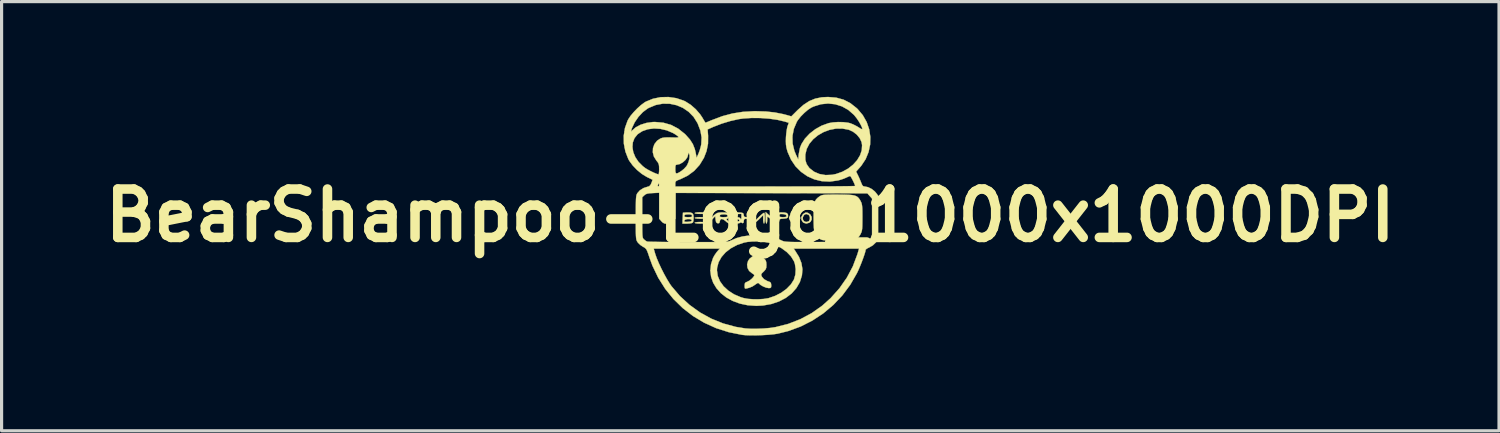
<source format=kicad_pcb>
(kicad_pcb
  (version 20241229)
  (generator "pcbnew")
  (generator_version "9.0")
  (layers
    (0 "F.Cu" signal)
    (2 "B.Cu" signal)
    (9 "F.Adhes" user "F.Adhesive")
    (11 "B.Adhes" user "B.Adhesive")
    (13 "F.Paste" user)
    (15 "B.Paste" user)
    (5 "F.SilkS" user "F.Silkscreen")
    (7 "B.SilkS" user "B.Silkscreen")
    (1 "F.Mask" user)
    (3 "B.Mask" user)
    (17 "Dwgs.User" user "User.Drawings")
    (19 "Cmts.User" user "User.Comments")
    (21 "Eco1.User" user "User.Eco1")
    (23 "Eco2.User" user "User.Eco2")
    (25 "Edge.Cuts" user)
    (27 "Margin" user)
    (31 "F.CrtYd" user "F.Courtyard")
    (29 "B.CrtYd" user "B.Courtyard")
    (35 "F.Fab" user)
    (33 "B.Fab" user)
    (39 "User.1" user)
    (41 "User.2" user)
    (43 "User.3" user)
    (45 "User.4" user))
  (footprint "BearShampoo-Logo_1000x1000DPI"
    (layer "F.Cu")
    (at 20.581 3.738)
    (property "Reference" "BearShampoo-Logo_1000x1000DPI" (at 0 0 0) (layer "F.SilkS") (effects (font (size 1.524 1.524) (thickness 0.3))))
    (attr through_hole)
    (fp_poly (pts (xy -1.502 -0.098) (xy -1.437 -0.088) (xy -1.41 -0.076) (xy -1.424 -0.062) (xy -1.484 -0.053) (xy -1.573 -0.051) (xy -1.665 -0.054) (xy -1.729 -0.063) (xy -1.753 -0.076) (xy -1.753 -0.076) (xy -1.729 -0.09) (xy -1.668 -0.099) (xy -1.589 -0.102) (xy -1.502 -0.098)) (stroke (width 0.01) (type solid)) (fill yes) (layer "F.SilkS"))
    (fp_poly (pts (xy -1.502 0.054) (xy -1.437 0.064) (xy -1.41 0.076) (xy -1.424 0.09) (xy -1.484 0.099) (xy -1.573 0.102) (xy -1.665 0.098) (xy -1.729 0.089) (xy -1.753 0.076) (xy -1.753 0.076) (xy -1.729 0.063) (xy -1.668 0.054) (xy -1.589 0.051) (xy -1.502 0.054)) (stroke (width 0.01) (type solid)) (fill yes) (layer "F.SilkS"))
    (fp_poly (pts (xy -1.484 0.207) (xy -1.421 0.216) (xy -1.397 0.229) (xy -1.397 0.229) (xy -1.42 0.242) (xy -1.483 0.251) (xy -1.575 0.254) (xy -1.575 0.254) (xy -1.666 0.251) (xy -1.729 0.242) (xy -1.753 0.229) (xy -1.753 0.229) (xy -1.729 0.216) (xy -1.666 0.207) (xy -1.575 0.203) (xy -1.575 0.203) (xy -1.484 0.207)) (stroke (width 0.01) (type solid)) (fill yes) (layer "F.SilkS"))
    (fp_poly (pts (xy 0.44 -0.085) (xy 0.451 -0.051) (xy 0.456 0.013) (xy 0.457 0.092) (xy 0.453 0.169) (xy 0.445 0.228) (xy 0.433 0.254) (xy 0.432 0.254) (xy 0.418 0.231) (xy 0.408 0.172) (xy 0.406 0.122) (xy 0.406 -0.011) (xy 0.27 0.124) (xy 0.203 0.185) (xy 0.15 0.225) (xy 0.121 0.237) (xy 0.119 0.235) (xy 0.128 0.209) (xy 0.166 0.159) (xy 0.222 0.097) (xy 0.287 0.031) (xy 0.351 -0.028) (xy 0.404 -0.07) (xy 0.436 -0.087) (xy 0.44 -0.085)) (stroke (width 0.01) (type solid)) (fill yes) (layer "F.SilkS"))
    (fp_poly (pts (xy 1.46 -0.08) (xy 1.521 -0.028) (xy 1.564 0.038) (xy 1.575 0.083) (xy 1.552 0.152) (xy 1.497 0.213) (xy 1.424 0.25) (xy 1.391 0.254) (xy 1.319 0.23) (xy 1.272 0.187) (xy 1.235 0.126) (xy 1.222 0.082) (xy 1.278 0.082) (xy 1.302 0.145) (xy 1.31 0.154) (xy 1.375 0.198) (xy 1.443 0.192) (xy 1.484 0.163) (xy 1.521 0.098) (xy 1.509 0.033) (xy 1.462 -0.014) (xy 1.395 -0.036) (xy 1.335 -0.019) (xy 1.292 0.024) (xy 1.278 0.082) (xy 1.222 0.082) (xy 1.219 0.073) (xy 1.219 0.072) (xy 1.24 0.014) (xy 1.29 -0.046) (xy 1.353 -0.09) (xy 1.397 -0.102) (xy 1.46 -0.08)) (stroke (width 0.01) (type solid)) (fill yes) (layer "F.SilkS"))
    (fp_poly (pts (xy 1.826 -0.078) (xy 1.894 -0.027) (xy 1.931 0.045) (xy 1.933 0.123) (xy 1.9 0.192) (xy 1.857 0.227) (xy 1.766 0.253) (xy 1.683 0.229) (xy 1.65 0.202) (xy 1.608 0.129) (xy 1.609 0.054) (xy 1.654 0.054) (xy 1.655 0.121) (xy 1.69 0.176) (xy 1.752 0.203) (xy 1.765 0.203) (xy 1.824 0.189) (xy 1.849 0.173) (xy 1.877 0.116) (xy 1.876 0.048) (xy 1.849 -0.009) (xy 1.83 -0.025) (xy 1.767 -0.048) (xy 1.72 -0.036) (xy 1.691 -0.011) (xy 1.654 0.054) (xy 1.609 0.054) (xy 1.609 0.046) (xy 1.651 -0.031) (xy 1.681 -0.058) (xy 1.736 -0.091) (xy 1.785 -0.092) (xy 1.826 -0.078)) (stroke (width 0.01) (type solid)) (fill yes) (layer "F.SilkS"))
    (fp_poly (pts (xy -1.894 -0.096) (xy -1.828 -0.074) (xy -1.794 -0.025) (xy -1.784 0.059) (xy -1.784 0.07) (xy -1.789 0.148) (xy -1.802 0.207) (xy -1.81 0.222) (xy -1.851 0.241) (xy -1.929 0.252) (xy -1.985 0.254) (xy -2.136 0.254) (xy -2.132 0.16) (xy -2.078 0.16) (xy -2.077 0.187) (xy -2.052 0.199) (xy -1.992 0.2) (xy -1.964 0.198) (xy -1.884 0.188) (xy -1.846 0.168) (xy -1.841 0.152) (xy -1.863 0.125) (xy -1.915 0.112) (xy -1.979 0.112) (xy -2.039 0.126) (xy -2.075 0.151) (xy -2.078 0.16) (xy -2.132 0.16) (xy -2.125 0.006) (xy -2.078 0.006) (xy -2.076 0.033) (xy -2.048 0.046) (xy -1.984 0.051) (xy -1.956 0.051) (xy -1.879 0.048) (xy -1.841 0.038) (xy -1.832 0.016) (xy -1.834 0.006) (xy -1.852 -0.023) (xy -1.899 -0.036) (xy -1.956 -0.038) (xy -2.031 -0.033) (xy -2.068 -0.016) (xy -2.078 0.006) (xy -2.125 0.006) (xy -2.121 -0.089) (xy -2.001 -0.097) (xy -1.894 -0.096)) (stroke (width 0.01) (type solid)) (fill yes) (layer "F.SilkS"))
    (fp_poly (pts (xy -0.78 -0.095) (xy -0.702 -0.07) (xy -0.667 -0.024) (xy -0.67 0.034) (xy -0.697 0.086) (xy -0.729 0.102) (xy -0.751 0.108) (xy -0.74 0.133) (xy -0.711 0.165) (xy -0.671 0.217) (xy -0.668 0.243) (xy -0.694 0.239) (xy -0.745 0.205) (xy -0.772 0.18) (xy -0.848 0.122) (xy -0.907 0.108) (xy -0.947 0.136) (xy -0.96 0.184) (xy -0.975 0.234) (xy -1.01 0.246) (xy -1.024 0.245) (xy -1.062 0.229) (xy -1.083 0.185) (xy -1.092 0.13) (xy -1.105 0.023) (xy -1.218 0.138) (xy -1.296 0.213) (xy -1.345 0.249) (xy -1.369 0.248) (xy -1.372 0.234) (xy -1.354 0.209) (xy -1.309 0.158) (xy -1.243 0.091) (xy -1.213 0.061) (xy -1.155 0.006) (xy -0.96 0.006) (xy -0.958 0.033) (xy -0.93 0.046) (xy -0.867 0.051) (xy -0.838 0.051) (xy -0.761 0.048) (xy -0.724 0.038) (xy -0.715 0.016) (xy -0.716 0.006) (xy -0.734 -0.023) (xy -0.782 -0.036) (xy -0.838 -0.038) (xy -0.913 -0.033) (xy -0.95 -0.016) (xy -0.96 0.006) (xy -1.155 0.006) (xy -1.135 -0.013) (xy -1.078 -0.059) (xy -1.029 -0.083) (xy -0.974 -0.094) (xy -0.902 -0.098) (xy -0.78 -0.095)) (stroke (width 0.01) (type solid)) (fill yes) (layer "F.SilkS"))
    (fp_poly (pts (xy 0.298 1.264) (xy 0.406 1.326) (xy 0.432 1.35) (xy 0.48 1.407) (xy 0.502 1.466) (xy 0.508 1.55) (xy 0.508 1.555) (xy 0.504 1.638) (xy 0.483 1.695) (xy 0.437 1.75) (xy 0.418 1.768) (xy 0.365 1.82) (xy 0.344 1.856) (xy 0.349 1.891) (xy 0.368 1.931) (xy 0.431 2.004) (xy 0.537 2.064) (xy 0.616 2.093) (xy 0.649 2.123) (xy 0.66 2.193) (xy 0.66 2.196) (xy 0.656 2.256) (xy 0.635 2.281) (xy 0.584 2.286) (xy 0.583 2.286) (xy 0.499 2.271) (xy 0.404 2.233) (xy 0.319 2.183) (xy 0.281 2.148) (xy 0.255 2.125) (xy 0.225 2.129) (xy 0.174 2.163) (xy 0.163 2.171) (xy 0.07 2.233) (xy -0.03 2.274) (xy -0.108 2.295) (xy -0.153 2.303) (xy -0.173 2.288) (xy -0.178 2.238) (xy -0.178 2.212) (xy -0.173 2.145) (xy -0.151 2.11) (xy -0.097 2.086) (xy -0.09 2.083) (xy -0.026 2.05) (xy 0.041 1.997) (xy 0.096 1.939) (xy 0.125 1.889) (xy 0.127 1.878) (xy 0.107 1.852) (xy 0.057 1.819) (xy 0.051 1.816) (xy -0.036 1.745) (xy -0.087 1.65) (xy -0.1 1.541) (xy -0.071 1.433) (xy -0.024 1.362) (xy 0.075 1.282) (xy 0.185 1.249) (xy 0.298 1.264)) (stroke (width 0.01) (type solid)) (fill yes) (layer "F.SilkS"))
    (fp_poly (pts (xy 2.948 -0.659) (xy 3.099 -0.654) (xy 3.213 -0.644) (xy 3.297 -0.626) (xy 3.36 -0.598) (xy 3.407 -0.558) (xy 3.446 -0.505) (xy 3.473 -0.457) (xy 3.495 -0.412) (xy 3.51 -0.367) (xy 3.52 -0.311) (xy 3.527 -0.236) (xy 3.53 -0.133) (xy 3.531 0.009) (xy 3.531 0.063) (xy 3.53 0.22) (xy 3.528 0.334) (xy 3.523 0.417) (xy 3.514 0.478) (xy 3.5 0.525) (xy 3.48 0.569) (xy 3.473 0.584) (xy 3.435 0.648) (xy 3.395 0.698) (xy 3.344 0.734) (xy 3.276 0.759) (xy 3.184 0.775) (xy 3.06 0.783) (xy 2.898 0.787) (xy 2.754 0.787) (xy 2.584 0.787) (xy 2.458 0.786) (xy 2.366 0.782) (xy 2.301 0.776) (xy 2.255 0.767) (xy 2.22 0.753) (xy 2.188 0.734) (xy 2.183 0.73) (xy 2.119 0.683) (xy 2.071 0.633) (xy 2.037 0.572) (xy 2.015 0.494) (xy 2.002 0.388) (xy 1.996 0.248) (xy 1.994 0.066) (xy 1.994 0.064) (xy 1.995 -0.12) (xy 2.002 -0.26) (xy 2.015 -0.366) (xy 2.037 -0.445) (xy 2.071 -0.505) (xy 2.119 -0.555) (xy 2.182 -0.603) (xy 2.183 -0.603) (xy 2.215 -0.623) (xy 2.249 -0.638) (xy 2.293 -0.648) (xy 2.354 -0.655) (xy 2.441 -0.658) (xy 2.562 -0.66) (xy 2.724 -0.66) (xy 2.754 -0.66) (xy 2.948 -0.659)) (stroke (width 0.01) (type solid)) (fill yes) (layer "F.SilkS"))
    (fp_poly (pts (xy 0.554 -0.043) (xy 0.615 0.008) (xy 0.659 0.021) (xy 0.698 -0.001) (xy 0.914 -0.001) (xy 0.921 0.031) (xy 0.951 0.046) (xy 1.016 0.051) (xy 1.031 0.051) (xy 1.102 0.048) (xy 1.134 0.035) (xy 1.139 0.009) (xy 1.138 0.006) (xy 1.116 -0.026) (xy 1.056 -0.043) (xy 1.022 -0.046) (xy 0.954 -0.048) (xy 0.923 -0.036) (xy 0.914 -0.006) (xy 0.914 -0.001) (xy 0.698 -0.001) (xy 0.703 -0.005) (xy 0.731 -0.033) (xy 0.771 -0.065) (xy 0.825 -0.085) (xy 0.907 -0.095) (xy 0.96 -0.098) (xy 1.076 -0.096) (xy 1.149 -0.078) (xy 1.185 -0.04) (xy 1.191 0.021) (xy 1.189 0.03) (xy 1.178 0.065) (xy 1.148 0.085) (xy 1.087 0.094) (xy 1.049 0.097) (xy 0.972 0.103) (xy 0.931 0.117) (xy 0.914 0.145) (xy 0.91 0.172) (xy 0.893 0.224) (xy 0.85 0.24) (xy 0.838 0.24) (xy 0.798 0.234) (xy 0.776 0.207) (xy 0.764 0.145) (xy 0.762 0.129) (xy 0.752 0.062) (xy 0.741 0.039) (xy 0.722 0.051) (xy 0.714 0.059) (xy 0.668 0.097) (xy 0.619 0.089) (xy 0.58 0.06) (xy 0.552 0.038) (xy 0.538 0.044) (xy 0.534 0.088) (xy 0.533 0.136) (xy 0.529 0.205) (xy 0.516 0.248) (xy 0.508 0.254) (xy 0.495 0.23) (xy 0.486 0.167) (xy 0.483 0.075) (xy 0.483 0.071) (xy 0.483 -0.111) (xy 0.554 -0.043)) (stroke (width 0.01) (type solid)) (fill yes) (layer "F.SilkS"))
    (fp_poly (pts (xy -0.395 -0.097) (xy -0.302 -0.091) (xy -0.247 -0.082) (xy -0.221 -0.066) (xy -0.21 -0.037) (xy -0.208 -0.019) (xy -0.198 0.025) (xy -0.173 0.045) (xy -0.116 0.051) (xy -0.087 0.051) (xy -0.017 0.048) (xy 0.016 0.035) (xy 0.025 0.003) (xy 0.025 -0.011) (xy 0.035 -0.065) (xy 0.051 -0.089) (xy 0.065 -0.075) (xy 0.074 -0.014) (xy 0.076 0.075) (xy 0.073 0.166) (xy 0.064 0.23) (xy 0.051 0.254) (xy 0.051 0.254) (xy 0.033 0.232) (xy 0.025 0.179) (xy 0.025 0.178) (xy 0.022 0.131) (xy 0.003 0.109) (xy -0.046 0.102) (xy -0.089 0.102) (xy -0.16 0.104) (xy -0.193 0.118) (xy -0.203 0.148) (xy -0.203 0.161) (xy -0.213 0.224) (xy -0.241 0.242) (xy -0.268 0.227) (xy -0.304 0.215) (xy -0.317 0.227) (xy -0.348 0.241) (xy -0.41 0.25) (xy -0.485 0.253) (xy -0.559 0.251) (xy -0.615 0.243) (xy -0.635 0.23) (xy -0.612 0.216) (xy -0.552 0.204) (xy -0.489 0.198) (xy -0.401 0.19) (xy -0.355 0.175) (xy -0.343 0.152) (xy -0.359 0.127) (xy -0.414 0.11) (xy -0.483 0.102) (xy -0.564 0.092) (xy -0.608 0.076) (xy -0.627 0.05) (xy -0.631 0.03) (xy -0.63 0.006) (xy -0.579 0.006) (xy -0.577 0.033) (xy -0.549 0.046) (xy -0.485 0.051) (xy -0.458 0.051) (xy -0.37 0.057) (xy -0.323 0.076) (xy -0.314 0.089) (xy -0.295 0.124) (xy -0.284 0.109) (xy -0.279 0.045) (xy -0.279 0.037) (xy -0.279 -0.053) (xy -0.425 -0.046) (xy -0.512 -0.038) (xy -0.56 -0.023) (xy -0.579 0.002) (xy -0.579 0.006) (xy -0.63 0.006) (xy -0.629 -0.034) (xy -0.598 -0.075) (xy -0.531 -0.095) (xy -0.422 -0.098) (xy -0.395 -0.097)) (stroke (width 0.01) (type solid)) (fill yes) (layer "F.SilkS"))
    (fp_poly (pts (xy 2.706 -3.712) (xy 2.938 -3.649) (xy 3.15 -3.54) (xy 3.349 -3.383) (xy 3.381 -3.353) (xy 3.544 -3.159) (xy 3.666 -2.944) (xy 3.745 -2.714) (xy 3.781 -2.476) (xy 3.775 -2.236) (xy 3.725 -2) (xy 3.633 -1.775) (xy 3.496 -1.568) (xy 3.446 -1.51) (xy 3.333 -1.384) (xy 3.39 -1.27) (xy 3.436 -1.171) (xy 3.481 -1.064) (xy 3.492 -1.035) (xy 3.524 -0.961) (xy 3.555 -0.925) (xy 3.596 -0.914) (xy 3.604 -0.914) (xy 3.709 -0.893) (xy 3.819 -0.839) (xy 3.917 -0.762) (xy 3.953 -0.722) (xy 4.026 -0.626) (xy 4.026 0.753) (xy 3.952 0.851) (xy 3.861 0.938) (xy 3.755 1) (xy 3.686 1.034) (xy 3.641 1.067) (xy 3.632 1.083) (xy 3.623 1.136) (xy 3.596 1.225) (xy 3.557 1.338) (xy 3.51 1.465) (xy 3.458 1.594) (xy 3.406 1.716) (xy 3.359 1.816) (xy 3.149 2.18) (xy 2.9 2.515) (xy 2.615 2.816) (xy 2.299 3.082) (xy 1.954 3.309) (xy 1.585 3.496) (xy 1.195 3.639) (xy 0.859 3.722) (xy 0.729 3.741) (xy 0.565 3.756) (xy 0.381 3.767) (xy 0.192 3.773) (xy 0.012 3.774) (xy -0.144 3.769) (xy -0.252 3.759) (xy -0.674 3.675) (xy -1.076 3.547) (xy -1.454 3.375) (xy -1.806 3.164) (xy -2.129 2.914) (xy -2.421 2.628) (xy -2.679 2.309) (xy -2.9 1.958) (xy -3.082 1.579) (xy -3.172 1.333) (xy -3.213 1.21) (xy -3.244 1.126) (xy -3.271 1.07) (xy -3.294 1.041) (xy -3.043 1.041) (xy -2.993 1.213) (xy -2.948 1.342) (xy -2.881 1.501) (xy -2.8 1.674) (xy -2.71 1.85) (xy -2.619 2.014) (xy -2.534 2.152) (xy -2.485 2.223) (xy -2.216 2.537) (xy -1.915 2.814) (xy -1.585 3.052) (xy -1.23 3.248) (xy -0.853 3.4) (xy -0.459 3.507) (xy -0.157 3.556) (xy 0.013 3.567) (xy 0.214 3.567) (xy 0.425 3.558) (xy 0.629 3.54) (xy 0.798 3.514) (xy 1.197 3.413) (xy 1.576 3.266) (xy 1.933 3.075) (xy 2.265 2.84) (xy 2.528 2.605) (xy 2.808 2.292) (xy 3.042 1.957) (xy 3.231 1.6) (xy 3.374 1.219) (xy 3.387 1.175) (xy 3.426 1.041) (xy 1.365 1.041) (xy 1.407 1.099) (xy 1.533 1.302) (xy 1.611 1.498) (xy 1.642 1.69) (xy 1.627 1.883) (xy 1.626 1.887) (xy 1.561 2.097) (xy 1.451 2.286) (xy 1.303 2.453) (xy 1.119 2.594) (xy 0.905 2.706) (xy 0.664 2.787) (xy 0.401 2.834) (xy 0.191 2.845) (xy -0.078 2.826) (xy -0.328 2.774) (xy -0.554 2.69) (xy -0.755 2.58) (xy -0.926 2.445) (xy -1.065 2.29) (xy -1.169 2.117) (xy -1.234 1.932) (xy -1.258 1.736) (xy -1.257 1.727) (xy -1.05 1.727) (xy -1.025 1.904) (xy -0.954 2.072) (xy -0.842 2.228) (xy -0.692 2.366) (xy -0.51 2.483) (xy -0.299 2.573) (xy -0.203 2.601) (xy -0.072 2.625) (xy 0.09 2.637) (xy 0.263 2.638) (xy 0.427 2.627) (xy 0.563 2.605) (xy 0.573 2.603) (xy 0.783 2.531) (xy 0.977 2.431) (xy 1.145 2.308) (xy 1.28 2.168) (xy 1.374 2.019) (xy 1.376 2.014) (xy 1.42 1.86) (xy 1.43 1.689) (xy 1.405 1.523) (xy 1.376 1.44) (xy 1.284 1.29) (xy 1.15 1.15) (xy 0.982 1.027) (xy 0.789 0.926) (xy 0.579 0.853) (xy 0.573 0.851) (xy 0.428 0.827) (xy 0.255 0.815) (xy 0.075 0.817) (xy -0.092 0.832) (xy -0.192 0.851) (xy -0.415 0.927) (xy -0.612 1.032) (xy -0.778 1.16) (xy -0.908 1.308) (xy -0.999 1.472) (xy -1.045 1.646) (xy -1.05 1.727) (xy -1.257 1.727) (xy -1.237 1.533) (xy -1.173 1.337) (xy -1.124 1.248) (xy -1.061 1.158) (xy -1.042 1.135) (xy -0.96 1.041) (xy -3.043 1.041) (xy -3.294 1.041) (xy -3.3 1.034) (xy -3.336 1.007) (xy -3.38 0.983) (xy -3.461 0.929) (xy -3.531 0.863) (xy -3.55 0.839) (xy -3.567 0.812) (xy -3.58 0.784) (xy -3.59 0.748) (xy -3.597 0.698) (xy -3.602 0.628) (xy -3.605 0.531) (xy -3.606 0.401) (xy -3.607 0.231) (xy -3.607 0.066) (xy -3.606 -0.141) (xy -3.605 -0.303) (xy -3.603 -0.428) (xy -3.6 -0.52) (xy -3.595 -0.575) (xy -3.404 -0.575) (xy -3.404 0.064) (xy -3.403 0.26) (xy -3.403 0.412) (xy -3.401 0.526) (xy -3.398 0.608) (xy -3.392 0.664) (xy -3.384 0.702) (xy -3.372 0.726) (xy -3.357 0.745) (xy -3.346 0.754) (xy -3.293 0.797) (xy -3.251 0.82) (xy -3.219 0.823) (xy -3.141 0.826) (xy -3.022 0.828) (xy -2.868 0.831) (xy -2.683 0.833) (xy -2.472 0.834) (xy -2.241 0.835) (xy -1.994 0.836) (xy -1.961 0.836) (xy -1.676 0.837) (xy -1.436 0.837) (xy -1.239 0.836) (xy -1.079 0.835) (xy -0.952 0.833) (xy -0.853 0.83) (xy -0.777 0.826) (xy -0.722 0.82) (xy -0.68 0.814) (xy -0.65 0.805) (xy -0.625 0.795) (xy -0.615 0.79) (xy -0.434 0.711) (xy -0.245 0.659) (xy -0.035 0.63) (xy 0.191 0.622) (xy 0.432 0.632) (xy 0.639 0.662) (xy 0.826 0.716) (xy 0.997 0.791) (xy 1.02 0.802) (xy 1.047 0.811) (xy 1.081 0.818) (xy 1.128 0.824) (xy 1.19 0.829) (xy 1.274 0.832) (xy 1.383 0.834) (xy 1.522 0.835) (xy 1.694 0.835) (xy 1.906 0.835) (xy 2.16 0.834) (xy 2.39 0.833) (xy 3.687 0.826) (xy 3.835 0.66) (xy 3.835 0.063) (xy 3.835 -0.533) (xy 3.761 -0.616) (xy 3.687 -0.699) (xy 0.662 -0.705) (xy -2.362 -0.712) (xy -2.362 0.101) (xy -2.434 0.181) (xy -2.492 0.235) (xy -2.553 0.257) (xy -2.616 0.261) (xy -2.697 0.254) (xy -2.755 0.224) (xy -2.799 0.181) (xy -2.87 0.101) (xy -2.87 -0.717) (xy -3.071 -0.707) (xy -3.179 -0.7) (xy -3.25 -0.688) (xy -3.3 -0.667) (xy -3.338 -0.637) (xy -3.404 -0.575) (xy -3.595 -0.575) (xy -3.594 -0.587) (xy -3.586 -0.634) (xy -3.575 -0.669) (xy -3.561 -0.696) (xy -3.559 -0.701) (xy -3.476 -0.794) (xy -3.362 -0.865) (xy -3.248 -0.902) (xy -3.185 -0.921) (xy -3.167 -0.938) (xy -2.919 -0.938) (xy -2.904 -0.915) (xy -2.896 -0.914) (xy -2.876 -0.936) (xy -2.871 -0.972) (xy -2.874 -1) (xy -2.362 -1) (xy -2.362 -0.914) (xy 0.47 -0.914) (xy 0.845 -0.915) (xy 1.205 -0.915) (xy 1.547 -0.916) (xy 1.869 -0.916) (xy 2.166 -0.918) (xy 2.436 -0.919) (xy 2.675 -0.92) (xy 2.881 -0.922) (xy 3.049 -0.924) (xy 3.178 -0.926) (xy 3.262 -0.928) (xy 3.3 -0.93) (xy 3.302 -0.93) (xy 3.292 -0.968) (xy 3.265 -1.032) (xy 3.23 -1.105) (xy 3.193 -1.175) (xy 3.162 -1.226) (xy 3.145 -1.245) (xy 3.11 -1.234) (xy 3.049 -1.207) (xy 3.022 -1.194) (xy 2.942 -1.16) (xy 2.838 -1.125) (xy 2.763 -1.105) (xy 2.507 -1.069) (xy 2.257 -1.081) (xy 2.019 -1.138) (xy 1.798 -1.237) (xy 1.599 -1.376) (xy 1.425 -1.55) (xy 1.284 -1.759) (xy 1.178 -1.998) (xy 1.165 -2.04) (xy 1.138 -2.14) (xy 1.124 -2.235) (xy 1.12 -2.344) (xy 1.123 -2.459) (xy 1.126 -2.499) (xy 1.327 -2.499) (xy 1.333 -2.267) (xy 1.389 -2.036) (xy 1.442 -1.908) (xy 1.511 -1.765) (xy 1.523 -1.903) (xy 1.732 -1.903) (xy 1.735 -1.749) (xy 1.773 -1.623) (xy 1.849 -1.511) (xy 1.872 -1.486) (xy 2.012 -1.378) (xy 2.18 -1.307) (xy 2.369 -1.274) (xy 2.573 -1.282) (xy 2.7 -1.308) (xy 2.902 -1.379) (xy 3.083 -1.479) (xy 3.238 -1.602) (xy 3.365 -1.743) (xy 3.457 -1.896) (xy 3.511 -2.056) (xy 3.521 -2.217) (xy 3.505 -2.312) (xy 3.449 -2.433) (xy 3.356 -2.547) (xy 3.236 -2.64) (xy 3.105 -2.701) (xy 3.101 -2.702) (xy 2.9 -2.739) (xy 2.696 -2.737) (xy 2.496 -2.698) (xy 2.306 -2.627) (xy 2.132 -2.527) (xy 1.981 -2.403) (xy 1.86 -2.259) (xy 1.776 -2.097) (xy 1.734 -1.922) (xy 1.732 -1.903) (xy 1.523 -1.903) (xy 1.526 -1.933) (xy 1.566 -2.135) (xy 1.613 -2.251) (xy 1.721 -2.421) (xy 1.87 -2.58) (xy 2.049 -2.719) (xy 2.25 -2.831) (xy 2.463 -2.908) (xy 2.464 -2.909) (xy 2.602 -2.933) (xy 2.763 -2.944) (xy 2.928 -2.941) (xy 3.075 -2.924) (xy 3.143 -2.908) (xy 3.24 -2.87) (xy 3.346 -2.816) (xy 3.402 -2.783) (xy 3.468 -2.741) (xy 3.515 -2.72) (xy 3.531 -2.721) (xy 3.516 -2.78) (xy 3.475 -2.865) (xy 3.418 -2.964) (xy 3.35 -3.065) (xy 3.279 -3.154) (xy 3.264 -3.171) (xy 3.088 -3.325) (xy 2.889 -3.437) (xy 2.674 -3.505) (xy 2.45 -3.528) (xy 2.222 -3.505) (xy 1.998 -3.435) (xy 1.924 -3.401) (xy 1.818 -3.332) (xy 1.702 -3.233) (xy 1.591 -3.121) (xy 1.501 -3.008) (xy 1.465 -2.951) (xy 1.371 -2.728) (xy 1.327 -2.499) (xy 1.126 -2.499) (xy 1.133 -2.58) (xy 1.148 -2.695) (xy 1.166 -2.786) (xy 1.174 -2.813) (xy 1.213 -2.921) (xy 1.083 -2.96) (xy 0.855 -3.014) (xy 0.594 -3.051) (xy 0.318 -3.071) (xy 0.041 -3.073) (xy -0.219 -3.056) (xy -0.363 -3.036) (xy -0.627 -2.977) (xy -0.901 -2.894) (xy -1.155 -2.796) (xy -1.174 -2.788) (xy -1.344 -2.712) (xy -1.329 -2.513) (xy -1.331 -2.264) (xy -1.378 -2.029) (xy -1.461 -1.816) (xy -1.596 -1.595) (xy -1.768 -1.406) (xy -1.974 -1.254) (xy -2.209 -1.141) (xy -2.212 -1.14) (xy -2.294 -1.109) (xy -2.339 -1.082) (xy -2.358 -1.052) (xy -2.362 -1.006) (xy -2.362 -1) (xy -2.874 -1) (xy -2.875 -1.009) (xy -2.89 -1) (xy -2.896 -0.991) (xy -2.919 -0.938) (xy -3.167 -0.938) (xy -3.145 -0.959) (xy -3.115 -1.023) (xy -3.091 -1.086) (xy -3.08 -1.124) (xy -3.08 -1.128) (xy -3.104 -1.14) (xy -3.162 -1.168) (xy -3.243 -1.207) (xy -3.264 -1.218) (xy -3.416 -1.311) (xy -3.567 -1.435) (xy -3.704 -1.578) (xy -3.811 -1.724) (xy -3.843 -1.782) (xy -3.934 -2.016) (xy -3.96 -2.151) (xy -3.712 -2.151) (xy -3.685 -1.994) (xy -3.621 -1.838) (xy -3.521 -1.689) (xy -3.386 -1.554) (xy -3.305 -1.492) (xy -3.233 -1.448) (xy -3.143 -1.4) (xy -3.048 -1.354) (xy -2.963 -1.318) (xy -2.902 -1.298) (xy -2.889 -1.296) (xy -2.88 -1.319) (xy -2.873 -1.379) (xy -2.87 -1.46) (xy -2.362 -1.46) (xy -2.358 -1.377) (xy -2.342 -1.332) (xy -2.307 -1.326) (xy -2.244 -1.355) (xy -2.169 -1.403) (xy -2.088 -1.469) (xy -2.017 -1.546) (xy -1.989 -1.587) (xy -1.944 -1.69) (xy -1.917 -1.796) (xy -1.912 -1.889) (xy -1.927 -1.947) (xy -1.947 -1.977) (xy -1.954 -1.961) (xy -1.955 -1.933) (xy -1.979 -1.843) (xy -2.04 -1.752) (xy -2.126 -1.675) (xy -2.225 -1.62) (xy -2.318 -1.601) (xy -2.344 -1.592) (xy -2.357 -1.559) (xy -2.362 -1.49) (xy -2.362 -1.46) (xy -2.87 -1.46) (xy -2.87 -1.463) (xy -2.873 -1.557) (xy -2.884 -1.621) (xy -2.911 -1.674) (xy -2.959 -1.734) (xy -3.036 -1.858) (xy -3.07 -1.991) (xy -3.064 -2.125) (xy -3.018 -2.25) (xy -2.935 -2.355) (xy -2.833 -2.424) (xy -2.774 -2.445) (xy -2.7 -2.457) (xy -2.6 -2.461) (xy -2.49 -2.459) (xy -2.376 -2.456) (xy -2.305 -2.457) (xy -2.27 -2.462) (xy -2.263 -2.474) (xy -2.276 -2.492) (xy -2.319 -2.527) (xy -2.388 -2.572) (xy -2.433 -2.598) (xy -2.629 -2.682) (xy -2.832 -2.73) (xy -3.034 -2.742) (xy -3.226 -2.718) (xy -3.399 -2.658) (xy -3.544 -2.564) (xy -3.552 -2.556) (xy -3.647 -2.438) (xy -3.7 -2.301) (xy -3.712 -2.151) (xy -3.96 -2.151) (xy -3.982 -2.263) (xy -3.986 -2.513) (xy -3.964 -2.651) (xy -3.756 -2.651) (xy -3.746 -2.652) (xy -3.73 -2.67) (xy -3.61 -2.776) (xy -3.452 -2.86) (xy -3.268 -2.917) (xy -3.066 -2.945) (xy -3 -2.946) (xy -2.738 -2.923) (xy -2.495 -2.854) (xy -2.272 -2.737) (xy -2.065 -2.573) (xy -2.032 -2.541) (xy -1.901 -2.393) (xy -1.809 -2.249) (xy -1.748 -2.094) (xy -1.72 -1.977) (xy -1.691 -1.819) (xy -1.631 -1.951) (xy -1.593 -2.053) (xy -1.559 -2.173) (xy -1.544 -2.245) (xy -1.533 -2.458) (xy -1.571 -2.675) (xy -1.658 -2.901) (xy -1.663 -2.911) (xy -1.785 -3.106) (xy -1.94 -3.266) (xy -2.121 -3.39) (xy -2.322 -3.475) (xy -2.535 -3.52) (xy -2.755 -3.523) (xy -2.975 -3.482) (xy -3.189 -3.394) (xy -3.232 -3.371) (xy -3.383 -3.258) (xy -3.523 -3.108) (xy -3.641 -2.936) (xy -3.726 -2.756) (xy -3.747 -2.692) (xy -3.756 -2.651) (xy -3.964 -2.651) (xy -3.947 -2.757) (xy -3.865 -2.986) (xy -3.841 -3.033) (xy -3.773 -3.136) (xy -3.675 -3.253) (xy -3.56 -3.372) (xy -3.441 -3.479) (xy -3.33 -3.562) (xy -3.287 -3.587) (xy -3.064 -3.678) (xy -2.824 -3.727) (xy -2.575 -3.732) (xy -2.329 -3.696) (xy -2.095 -3.617) (xy -2.041 -3.591) (xy -1.876 -3.486) (xy -1.717 -3.347) (xy -1.58 -3.188) (xy -1.514 -3.09) (xy -1.467 -3.01) (xy -1.431 -2.95) (xy -1.413 -2.922) (xy -1.412 -2.921) (xy -1.389 -2.93) (xy -1.329 -2.955) (xy -1.245 -2.99) (xy -1.201 -3.008) (xy -0.877 -3.13) (xy -0.561 -3.214) (xy -0.237 -3.265) (xy 0.11 -3.285) (xy 0.191 -3.285) (xy 0.496 -3.276) (xy 0.771 -3.246) (xy 1.035 -3.194) (xy 1.161 -3.161) (xy 1.293 -3.123) (xy 1.491 -3.321) (xy 1.675 -3.485) (xy 1.857 -3.604) (xy 2.047 -3.682) (xy 2.256 -3.724) (xy 2.45 -3.733) (xy 2.706 -3.712)) (stroke (width 0.01) (type solid)) (fill yes) (layer "F.SilkS")))
  (gr_rect
    (start -3 -3)
    (end 44.163 10.518)
    (stroke (width 0.1) (type default))
    (fill no)
    (layer "Edge.Cuts")))
</source>
